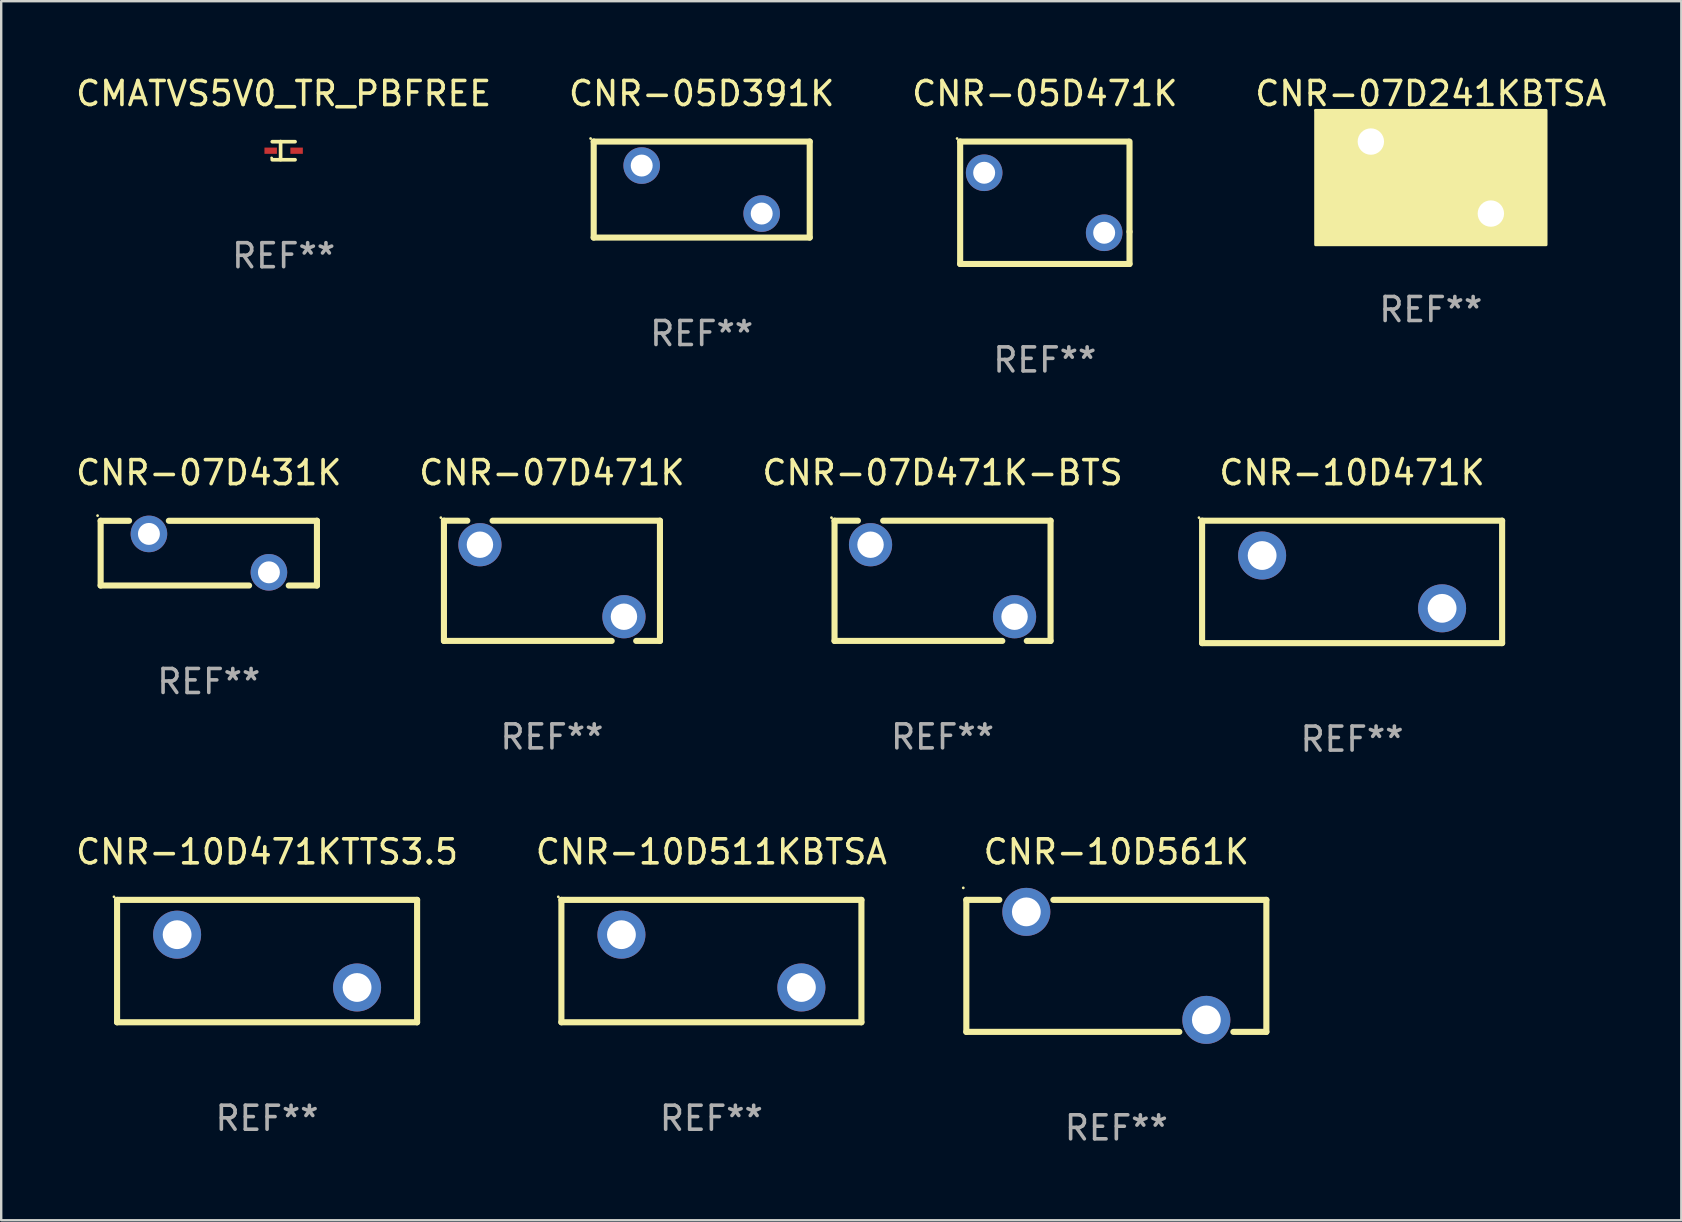
<source format=kicad_pcb>
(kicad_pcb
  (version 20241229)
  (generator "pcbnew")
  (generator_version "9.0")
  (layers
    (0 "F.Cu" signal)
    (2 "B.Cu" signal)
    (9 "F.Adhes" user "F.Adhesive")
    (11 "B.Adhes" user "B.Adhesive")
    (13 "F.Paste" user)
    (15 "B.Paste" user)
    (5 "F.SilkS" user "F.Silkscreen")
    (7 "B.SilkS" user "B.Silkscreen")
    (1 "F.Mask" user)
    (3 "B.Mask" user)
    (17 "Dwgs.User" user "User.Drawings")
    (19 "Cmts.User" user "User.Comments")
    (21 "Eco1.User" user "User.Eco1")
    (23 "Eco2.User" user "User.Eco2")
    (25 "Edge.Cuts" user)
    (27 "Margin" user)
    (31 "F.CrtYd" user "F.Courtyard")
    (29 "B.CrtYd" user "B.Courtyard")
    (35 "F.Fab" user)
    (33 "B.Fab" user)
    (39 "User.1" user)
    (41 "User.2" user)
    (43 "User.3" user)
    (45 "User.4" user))
  (footprint "CNR-10D511KBTSA"
    (layer "F.Cu")
    (at 26.589 36.992)
    (property "Reference" "CNR-10D511KBTSA" (at 0 -4.55 0) (layer "F.SilkS") (effects (font (size 1 1) (thickness 0.15))))
    (attr through_hole)
    (fp_line (start -6.249 -2.55) (end 6.251 -2.55) (stroke (width 0.254) (type solid)) (layer "F.SilkS"))
    (fp_line (start -6.249 2.55) (end -6.249 -2.55) (stroke (width 0.254) (type solid)) (layer "F.SilkS"))
    (fp_line (start 6.251 -2.55) (end 6.251 2.55) (stroke (width 0.254) (type solid)) (layer "F.SilkS"))
    (fp_line (start 6.251 2.55) (end -6.251 2.55) (stroke (width 0.254) (type solid)) (layer "F.SilkS"))
    (fp_circle (center -6.378 -2.677) (end -6.348 -2.677) (stroke (width 0.06) (type solid)) (fill no) (layer "F.SilkS"))
    (fp_text user "REF**" (at 0 6.55 0) (layer "F.Fab") (effects (font (size 1 1) (thickness 0.15))))
    (pad "1" thru_hole circle (at -3.748 -1.1) (size 2 2) (drill 1.2) (layers "*.Cu" "*.Mask"))
    (pad "2" thru_hole circle (at 3.75 1.1) (size 2 2) (drill 1.2) (layers "*.Cu" "*.Mask")))
  (footprint "CNR-10D471K"
    (layer "F.Cu")
    (at 53.283 21.195)
    (property "Reference" "CNR-10D471K" (at 0 -4.55 0) (layer "F.SilkS") (effects (font (size 1 1) (thickness 0.15))))
    (attr through_hole)
    (fp_line (start -6.249 -2.55) (end 6.251 -2.55) (stroke (width 0.254) (type solid)) (layer "F.SilkS"))
    (fp_line (start -6.249 2.55) (end -6.249 -2.55) (stroke (width 0.254) (type solid)) (layer "F.SilkS"))
    (fp_line (start 6.251 -2.55) (end 6.251 2.55) (stroke (width 0.254) (type solid)) (layer "F.SilkS"))
    (fp_line (start 6.251 2.55) (end -6.251 2.55) (stroke (width 0.254) (type solid)) (layer "F.SilkS"))
    (fp_circle (center -6.378 -2.677) (end -6.348 -2.677) (stroke (width 0.06) (type solid)) (fill no) (layer "F.SilkS"))
    (fp_text user "REF**" (at 0 6.55 0) (layer "F.Fab") (effects (font (size 1 1) (thickness 0.15))))
    (pad "1" thru_hole circle (at -3.748 -1.1) (size 2 2) (drill 1.2) (layers "*.Cu" "*.Mask"))
    (pad "2" thru_hole circle (at 3.75 1.1) (size 2 2) (drill 1.2) (layers "*.Cu" "*.Mask")))
  (footprint "CNR-10D561K"
    (layer "F.Cu")
    (at 43.461 37.192)
    (property "Reference" "CNR-10D561K" (at 0 -4.75 0) (layer "F.SilkS") (effects (font (size 1 1) (thickness 0.15))))
    (attr through_hole)
    (fp_line (start -6.25 -2.75) (end -4.875 -2.75) (stroke (width 0.254) (type solid)) (layer "F.SilkS"))
    (fp_line (start -6.25 2.75) (end -6.25 -2.75) (stroke (width 0.254) (type solid)) (layer "F.SilkS"))
    (fp_line (start -6.25 2.75) (end 2.625 2.75) (stroke (width 0.254) (type solid)) (layer "F.SilkS"))
    (fp_line (start -2.625 -2.75) (end 6.25 -2.75) (stroke (width 0.254) (type solid)) (layer "F.SilkS"))
    (fp_line (start 4.875 2.75) (end 6.25 2.75) (stroke (width 0.254) (type solid)) (layer "F.SilkS"))
    (fp_line (start 6.25 -2.75) (end 6.25 2.75) (stroke (width 0.254) (type solid)) (layer "F.SilkS"))
    (fp_circle (center -6.377 -3.25) (end -6.347 -3.25) (stroke (width 0.06) (type solid)) (fill no) (layer "F.SilkS"))
    (fp_text user "REF**" (at 0 6.75 0) (layer "F.Fab") (effects (font (size 1 1) (thickness 0.15))))
    (pad "1" thru_hole circle (at -3.75 -2.25) (size 2 2) (drill 1.2) (layers "*.Cu" "*.Mask"))
    (pad "2" thru_hole circle (at 3.75 2.25) (size 2 2) (drill 1.2) (layers "*.Cu" "*.Mask")))
  (footprint "CNR-07D471K-BTS"
    (layer "F.Cu")
    (at 36.22 21.149)
    (property "Reference" "CNR-07D471K-BTS" (at 0 -4.504 0) (layer "F.SilkS") (effects (font (size 1 1) (thickness 0.15))))
    (attr through_hole)
    (fp_line (start -4.5 -2.504) (end -4.5 2.504) (stroke (width 0.254) (type solid)) (layer "F.SilkS"))
    (fp_line (start -4.5 -2.504) (end -3.526 -2.504) (stroke (width 0.254) (type solid)) (layer "F.SilkS"))
    (fp_line (start -4.5 2.504) (end 2.49 2.504) (stroke (width 0.254) (type solid)) (layer "F.SilkS"))
    (fp_line (start -2.474 -2.504) (end 4.5 -2.504) (stroke (width 0.254) (type solid)) (layer "F.SilkS"))
    (fp_line (start 3.51 2.504) (end 4.5 2.504) (stroke (width 0.254) (type solid)) (layer "F.SilkS"))
    (fp_line (start 4.5 2.504) (end 4.5 -2.504) (stroke (width 0.254) (type solid)) (layer "F.SilkS"))
    (fp_circle (center -4.627 -2.631) (end -4.597 -2.631) (stroke (width 0.06) (type solid)) (fill no) (layer "F.SilkS"))
    (fp_text user "REF**" (at 0 6.504 0) (layer "F.Fab") (effects (font (size 1 1) (thickness 0.15))))
    (pad "1" thru_hole circle (at -3 -1.504) (size 1.8 1.8) (drill 1.1) (layers "*.Cu" "*.Mask"))
    (pad "2" thru_hole circle (at 3 1.496) (size 1.8 1.8) (drill 1.1) (layers "*.Cu" "*.Mask")))
  (footprint "CNR-05D391K"
    (layer "F.Cu")
    (at 26.185 4.848)
    (property "Reference" "CNR-05D391K" (at 0 -4 0) (layer "F.SilkS") (effects (font (size 1 1) (thickness 0.15))))
    (attr through_hole)
    (fp_line (start -4.499 -2) (end 4.501 -2) (stroke (width 0.254) (type solid)) (layer "F.SilkS"))
    (fp_line (start -4.499 1.998) (end -4.499 -2) (stroke (width 0.254) (type solid)) (layer "F.SilkS"))
    (fp_line (start 4.501 -2) (end 4.501 2) (stroke (width 0.254) (type solid)) (layer "F.SilkS"))
    (fp_line (start 4.501 2) (end -4.501 2) (stroke (width 0.254) (type solid)) (layer "F.SilkS"))
    (fp_circle (center -4.628 -2.127) (end -4.598 -2.127) (stroke (width 0.06) (type solid)) (fill no) (layer "F.SilkS"))
    (fp_text user "REF**" (at 0 6 0) (layer "F.Fab") (effects (font (size 1 1) (thickness 0.15))))
    (pad "1" thru_hole circle (at -2.499 -1) (size 1.524 1.524) (drill 0.914) (layers "*.Cu" "*.Mask"))
    (pad "2" thru_hole circle (at 2.5 1) (size 1.524 1.524) (drill 0.914) (layers "*.Cu" "*.Mask")))
  (footprint "CNR-07D241KBTSA"
    (layer "F.Cu")
    (at 56.565 4.348)
    (property "Reference" "CNR-07D241KBTSA" (at 0 -3.5 0) (layer "F.SilkS") (effects (font (size 1 1) (thickness 0.15))))
    (attr through_hole)
    (fp_circle (center -4.8 -2.8) (end -4.77 -2.8) (stroke (width 0.06) (type solid)) (fill no) (layer "F.SilkS"))
    (fp_poly (pts (xy -4.8 -2.8) (xy 4.8 -2.8) (xy 4.8 2.8) (xy -4.8 2.8)) (stroke (width 0.12) (type solid)) (fill yes) (layer "F.SilkS"))
    (fp_text user "REF**" (at 0 5.5 0) (layer "F.Fab") (effects (font (size 1 1) (thickness 0.15))))
    (pad "1" thru_hole circle (at -2.5 -1.5) (size 1.8 1.8) (drill 1.1) (layers "*.Cu" "*.Mask"))
    (pad "2" thru_hole circle (at 2.5 1.5) (size 1.8 1.8) (drill 1.1) (layers "*.Cu" "*.Mask")))
  (footprint "CNR-07D471K"
    (layer "F.Cu")
    (at 19.946 21.149)
    (property "Reference" "CNR-07D471K" (at 0 -4.504 0) (layer "F.SilkS") (effects (font (size 1 1) (thickness 0.15))))
    (attr through_hole)
    (fp_line (start -4.5 -2.504) (end -4.5 2.504) (stroke (width 0.254) (type solid)) (layer "F.SilkS"))
    (fp_line (start -4.5 -2.504) (end -3.526 -2.504) (stroke (width 0.254) (type solid)) (layer "F.SilkS"))
    (fp_line (start -4.5 2.504) (end 2.49 2.504) (stroke (width 0.254) (type solid)) (layer "F.SilkS"))
    (fp_line (start -2.474 -2.504) (end 4.5 -2.504) (stroke (width 0.254) (type solid)) (layer "F.SilkS"))
    (fp_line (start 3.51 2.504) (end 4.5 2.504) (stroke (width 0.254) (type solid)) (layer "F.SilkS"))
    (fp_line (start 4.5 2.504) (end 4.5 -2.504) (stroke (width 0.254) (type solid)) (layer "F.SilkS"))
    (fp_circle (center -4.627 -2.631) (end -4.597 -2.631) (stroke (width 0.06) (type solid)) (fill no) (layer "F.SilkS"))
    (fp_text user "REF**" (at 0 6.504 0) (layer "F.Fab") (effects (font (size 1 1) (thickness 0.15))))
    (pad "1" thru_hole circle (at -3 -1.504) (size 1.8 1.8) (drill 1.1) (layers "*.Cu" "*.Mask"))
    (pad "2" thru_hole circle (at 3 1.496) (size 1.8 1.8) (drill 1.1) (layers "*.Cu" "*.Mask")))
  (footprint "CNR-07D431K"
    (layer "F.Cu")
    (at 5.649 19.995)
    (property "Reference" "CNR-07D431K" (at 0 -3.35 0) (layer "F.SilkS") (effects (font (size 1 1) (thickness 0.15))))
    (attr through_hole)
    (fp_line (start -4.506 -1.347) (end -3.322 -1.347) (stroke (width 0.254) (type solid)) (layer "F.SilkS"))
    (fp_line (start -4.506 1.35) (end -4.506 -1.347) (stroke (width 0.254) (type solid)) (layer "F.SilkS"))
    (fp_line (start -4.506 1.35) (end 1.679 1.35) (stroke (width 0.254) (type solid)) (layer "F.SilkS"))
    (fp_line (start -1.665 -1.347) (end 4.506 -1.347) (stroke (width 0.254) (type solid)) (layer "F.SilkS"))
    (fp_line (start 3.331 1.35) (end 4.506 1.35) (stroke (width 0.254) (type solid)) (layer "F.SilkS"))
    (fp_line (start 4.506 -1.35) (end 4.506 1.35) (stroke (width 0.254) (type solid)) (layer "F.SilkS"))
    (fp_circle (center -4.633 -1.562) (end -4.603 -1.562) (stroke (width 0.06) (type solid)) (fill no) (layer "F.SilkS"))
    (fp_text user "REF**" (at 0 5.35 0) (layer "F.Fab") (effects (font (size 1 1) (thickness 0.15))))
    (pad "1" thru_hole circle (at -2.494 -0.8) (size 1.524 1.524) (drill 0.914) (layers "*.Cu" "*.Mask"))
    (pad "2" thru_hole circle (at 2.505 0.8) (size 1.524 1.524) (drill 0.914) (layers "*.Cu" "*.Mask")))
  (footprint "CMATVS5V0_TR_PBFREE"
    (layer "F.Cu")
    (at 8.768 3.227)
    (property "Reference" "CMATVS5V0_TR_PBFREE" (at 0 -2.379 0) (layer "F.SilkS") (effects (font (size 1 1) (thickness 0.15))))
    (attr through_hole)
    (fp_line (start -0.476 -0.374) (end 0.476 -0.374) (stroke (width 0.152) (type solid)) (layer "F.SilkS"))
    (fp_line (start -0.476 0.379) (end 0.476 0.379) (stroke (width 0.152) (type solid)) (layer "F.SilkS"))
    (fp_line (start -0.127 -0.379) (end -0.127 0.374) (stroke (width 0.152) (type solid)) (layer "F.SilkS"))
    (fp_circle (center -0.5 0.302) (end -0.47 0.302) (stroke (width 0.06) (type solid)) (fill no) (layer "F.SilkS"))
    (fp_text user "REF**" (at 0 4.379 0) (layer "F.Fab") (effects (font (size 1 1) (thickness 0.15))))
    (pad "1" smd rect (at -0.54 0.002 180) (size 0.52 0.26) (layers "F.Cu" "F.Mask" "F.Paste"))
    (pad "2" smd rect (at 0.54 0.002 180) (size 0.52 0.26) (layers "F.Cu" "F.Mask" "F.Paste")))
  (footprint "CNR-05D471K"
    (layer "F.Cu")
    (at 40.482 5.398)
    (property "Reference" "CNR-05D471K" (at 0 -4.55 0) (layer "F.SilkS") (effects (font (size 1 1) (thickness 0.15))))
    (attr through_hole)
    (fp_line (start -3.528 2.55) (end 3.528 2.55) (stroke (width 0.254) (type solid)) (layer "F.SilkS"))
    (fp_line (start -3.528 -2.55) (end -3.528 2.55) (stroke (width 0.254) (type solid)) (layer "F.SilkS"))
    (fp_line (start -3.528 -2.55) (end 3.472 -2.55) (stroke (width 0.254) (type solid)) (layer "F.SilkS"))
    (fp_line (start 3.528 1.207) (end 3.528 -2.55) (stroke (width 0.254) (type solid)) (layer "F.SilkS"))
    (fp_line (start 3.528 2.55) (end 3.528 1.207) (stroke (width 0.254) (type solid)) (layer "F.SilkS"))
    (fp_circle (center -3.655 -2.677) (end -3.625 -2.677) (stroke (width 0.06) (type solid)) (fill no) (layer "F.SilkS"))
    (fp_text user "REF**" (at 0 6.55 0) (layer "F.Fab") (effects (font (size 1 1) (thickness 0.15))))
    (pad "1" thru_hole circle (at -2.528 -1.25) (size 1.524 1.524) (drill 0.914) (layers "*.Cu" "*.Mask"))
    (pad "2" thru_hole circle (at 2.472 1.25) (size 1.524 1.524) (drill 0.914) (layers "*.Cu" "*.Mask")))
  (footprint "CNR-10D471KTTS3.5"
    (layer "F.Cu")
    (at 8.077 36.992)
    (property "Reference" "CNR-10D471KTTS3.5" (at 0 -4.55 0) (layer "F.SilkS") (effects (font (size 1 1) (thickness 0.15))))
    (attr through_hole)
    (fp_line (start -6.249 -2.55) (end 6.251 -2.55) (stroke (width 0.254) (type solid)) (layer "F.SilkS"))
    (fp_line (start -6.249 2.55) (end -6.249 -2.55) (stroke (width 0.254) (type solid)) (layer "F.SilkS"))
    (fp_line (start 6.251 -2.55) (end 6.251 2.55) (stroke (width 0.254) (type solid)) (layer "F.SilkS"))
    (fp_line (start 6.251 2.55) (end -6.251 2.55) (stroke (width 0.254) (type solid)) (layer "F.SilkS"))
    (fp_circle (center -6.378 -2.677) (end -6.348 -2.677) (stroke (width 0.06) (type solid)) (fill no) (layer "F.SilkS"))
    (fp_text user "REF**" (at 0 6.55 0) (layer "F.Fab") (effects (font (size 1 1) (thickness 0.15))))
    (pad "1" thru_hole circle (at -3.748 -1.1) (size 2 2) (drill 1.2) (layers "*.Cu" "*.Mask"))
    (pad "2" thru_hole circle (at 3.75 1.1) (size 2 2) (drill 1.2) (layers "*.Cu" "*.Mask")))
  (gr_rect
    (start -3 -3)
    (end 67 47.79)
    (stroke (width 0.1) (type default))
    (fill no)
    (layer "Edge.Cuts")))
</source>
